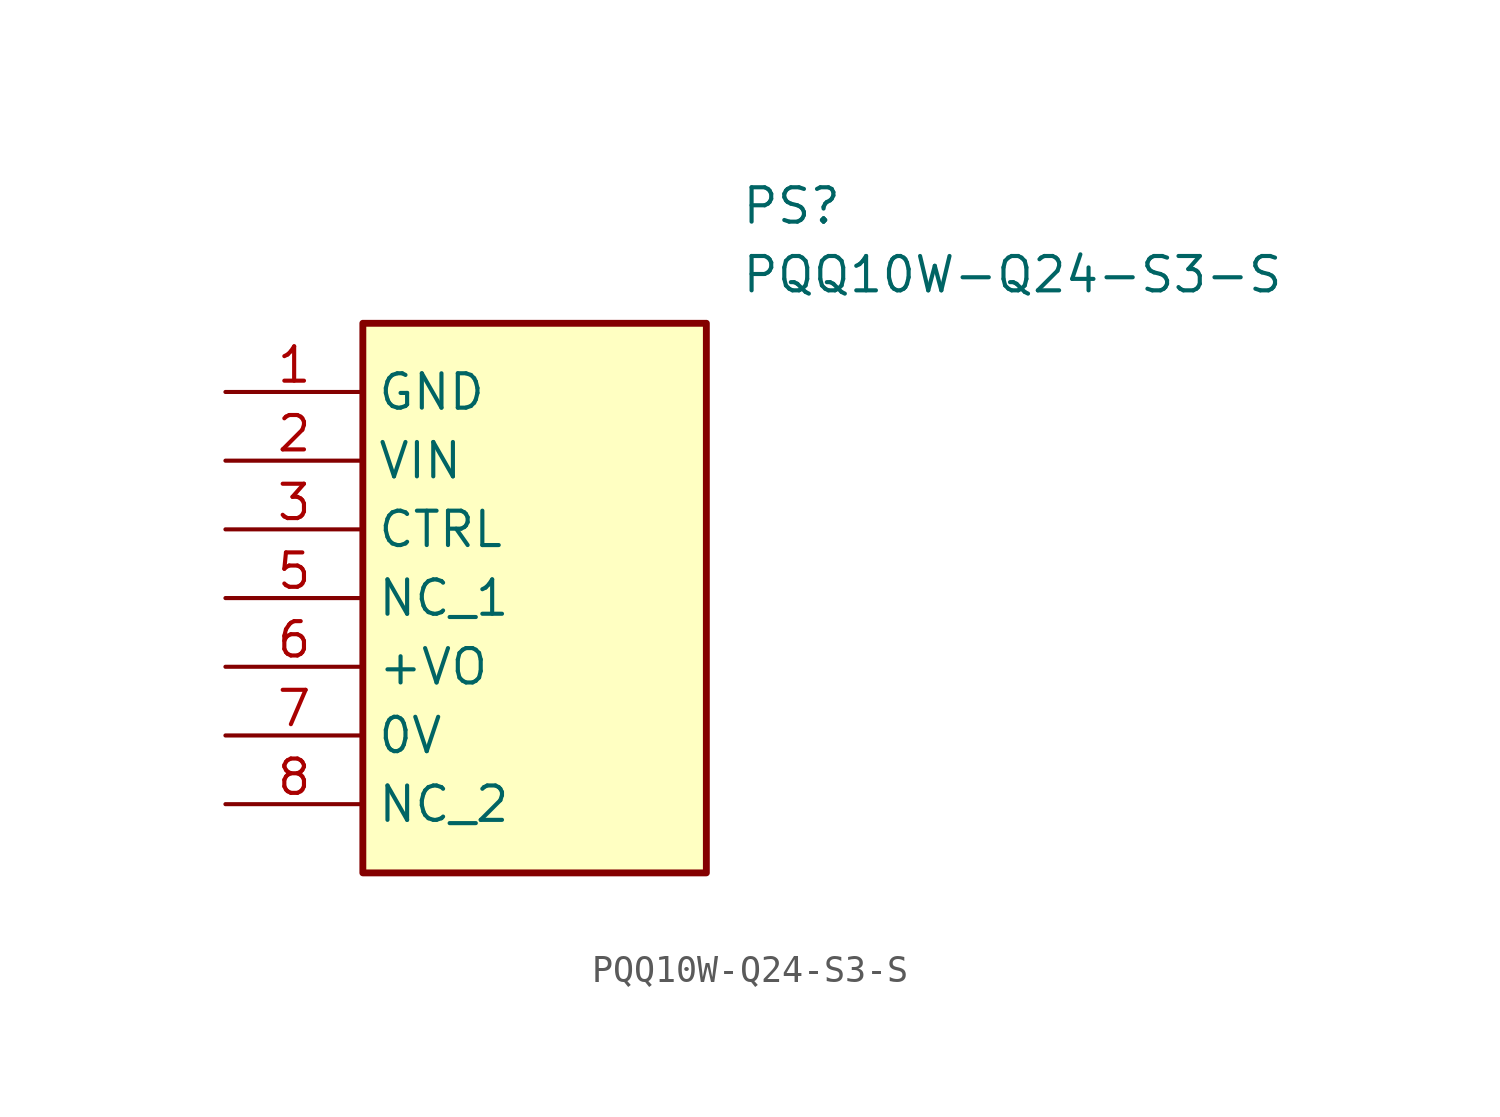
<source format=kicad_sym>
(kicad_symbol_lib
  (version 20211014)
  (generator SamacSys_ECAD_Model)
  (symbol "PQQ10W-Q24-S3-S"
    (property "Reference" "PS"
      (at 19.05 7.62 0)
      (effects (font (size 1.27 1.27)) (justify left top)))
    (property "Value" "PQQ10W-Q24-S3-S"
      (at 19.05 5.08 0)
      (effects (font (size 1.27 1.27)) (justify left top)))
    (rectangle
      (start 5.08 2.54)
      (end 17.78 -17.78)
      (stroke (width 0.254) (type default))
      (fill (type background)))
    (pin passive line
      (at 0 0 0)
      (length 5.08)
      (name "GND" (effects (font (size 1.27 1.27))))
      (number "1" (effects (font (size 1.27 1.27)))))
    (pin passive line
      (at 0 -2.54 0)
      (length 5.08)
      (name "VIN" (effects (font (size 1.27 1.27))))
      (number "2" (effects (font (size 1.27 1.27)))))
    (pin passive line
      (at 0 -5.08 0)
      (length 5.08)
      (name "CTRL" (effects (font (size 1.27 1.27))))
      (number "3" (effects (font (size 1.27 1.27)))))
    (pin passive line
      (at 0 -7.62 0)
      (length 5.08)
      (name "NC_1" (effects (font (size 1.27 1.27))))
      (number "5" (effects (font (size 1.27 1.27)))))
    (pin passive line
      (at 0 -10.16 0)
      (length 5.08)
      (name "+VO" (effects (font (size 1.27 1.27))))
      (number "6" (effects (font (size 1.27 1.27)))))
    (pin passive line
      (at 0 -12.7 0)
      (length 5.08)
      (name "0V" (effects (font (size 1.27 1.27))))
      (number "7" (effects (font (size 1.27 1.27)))))
    (pin passive line
      (at 0 -15.24 0)
      (length 5.08)
      (name "NC_2" (effects (font (size 1.27 1.27))))
      (number "8" (effects (font (size 1.27 1.27)))))))
</source>
